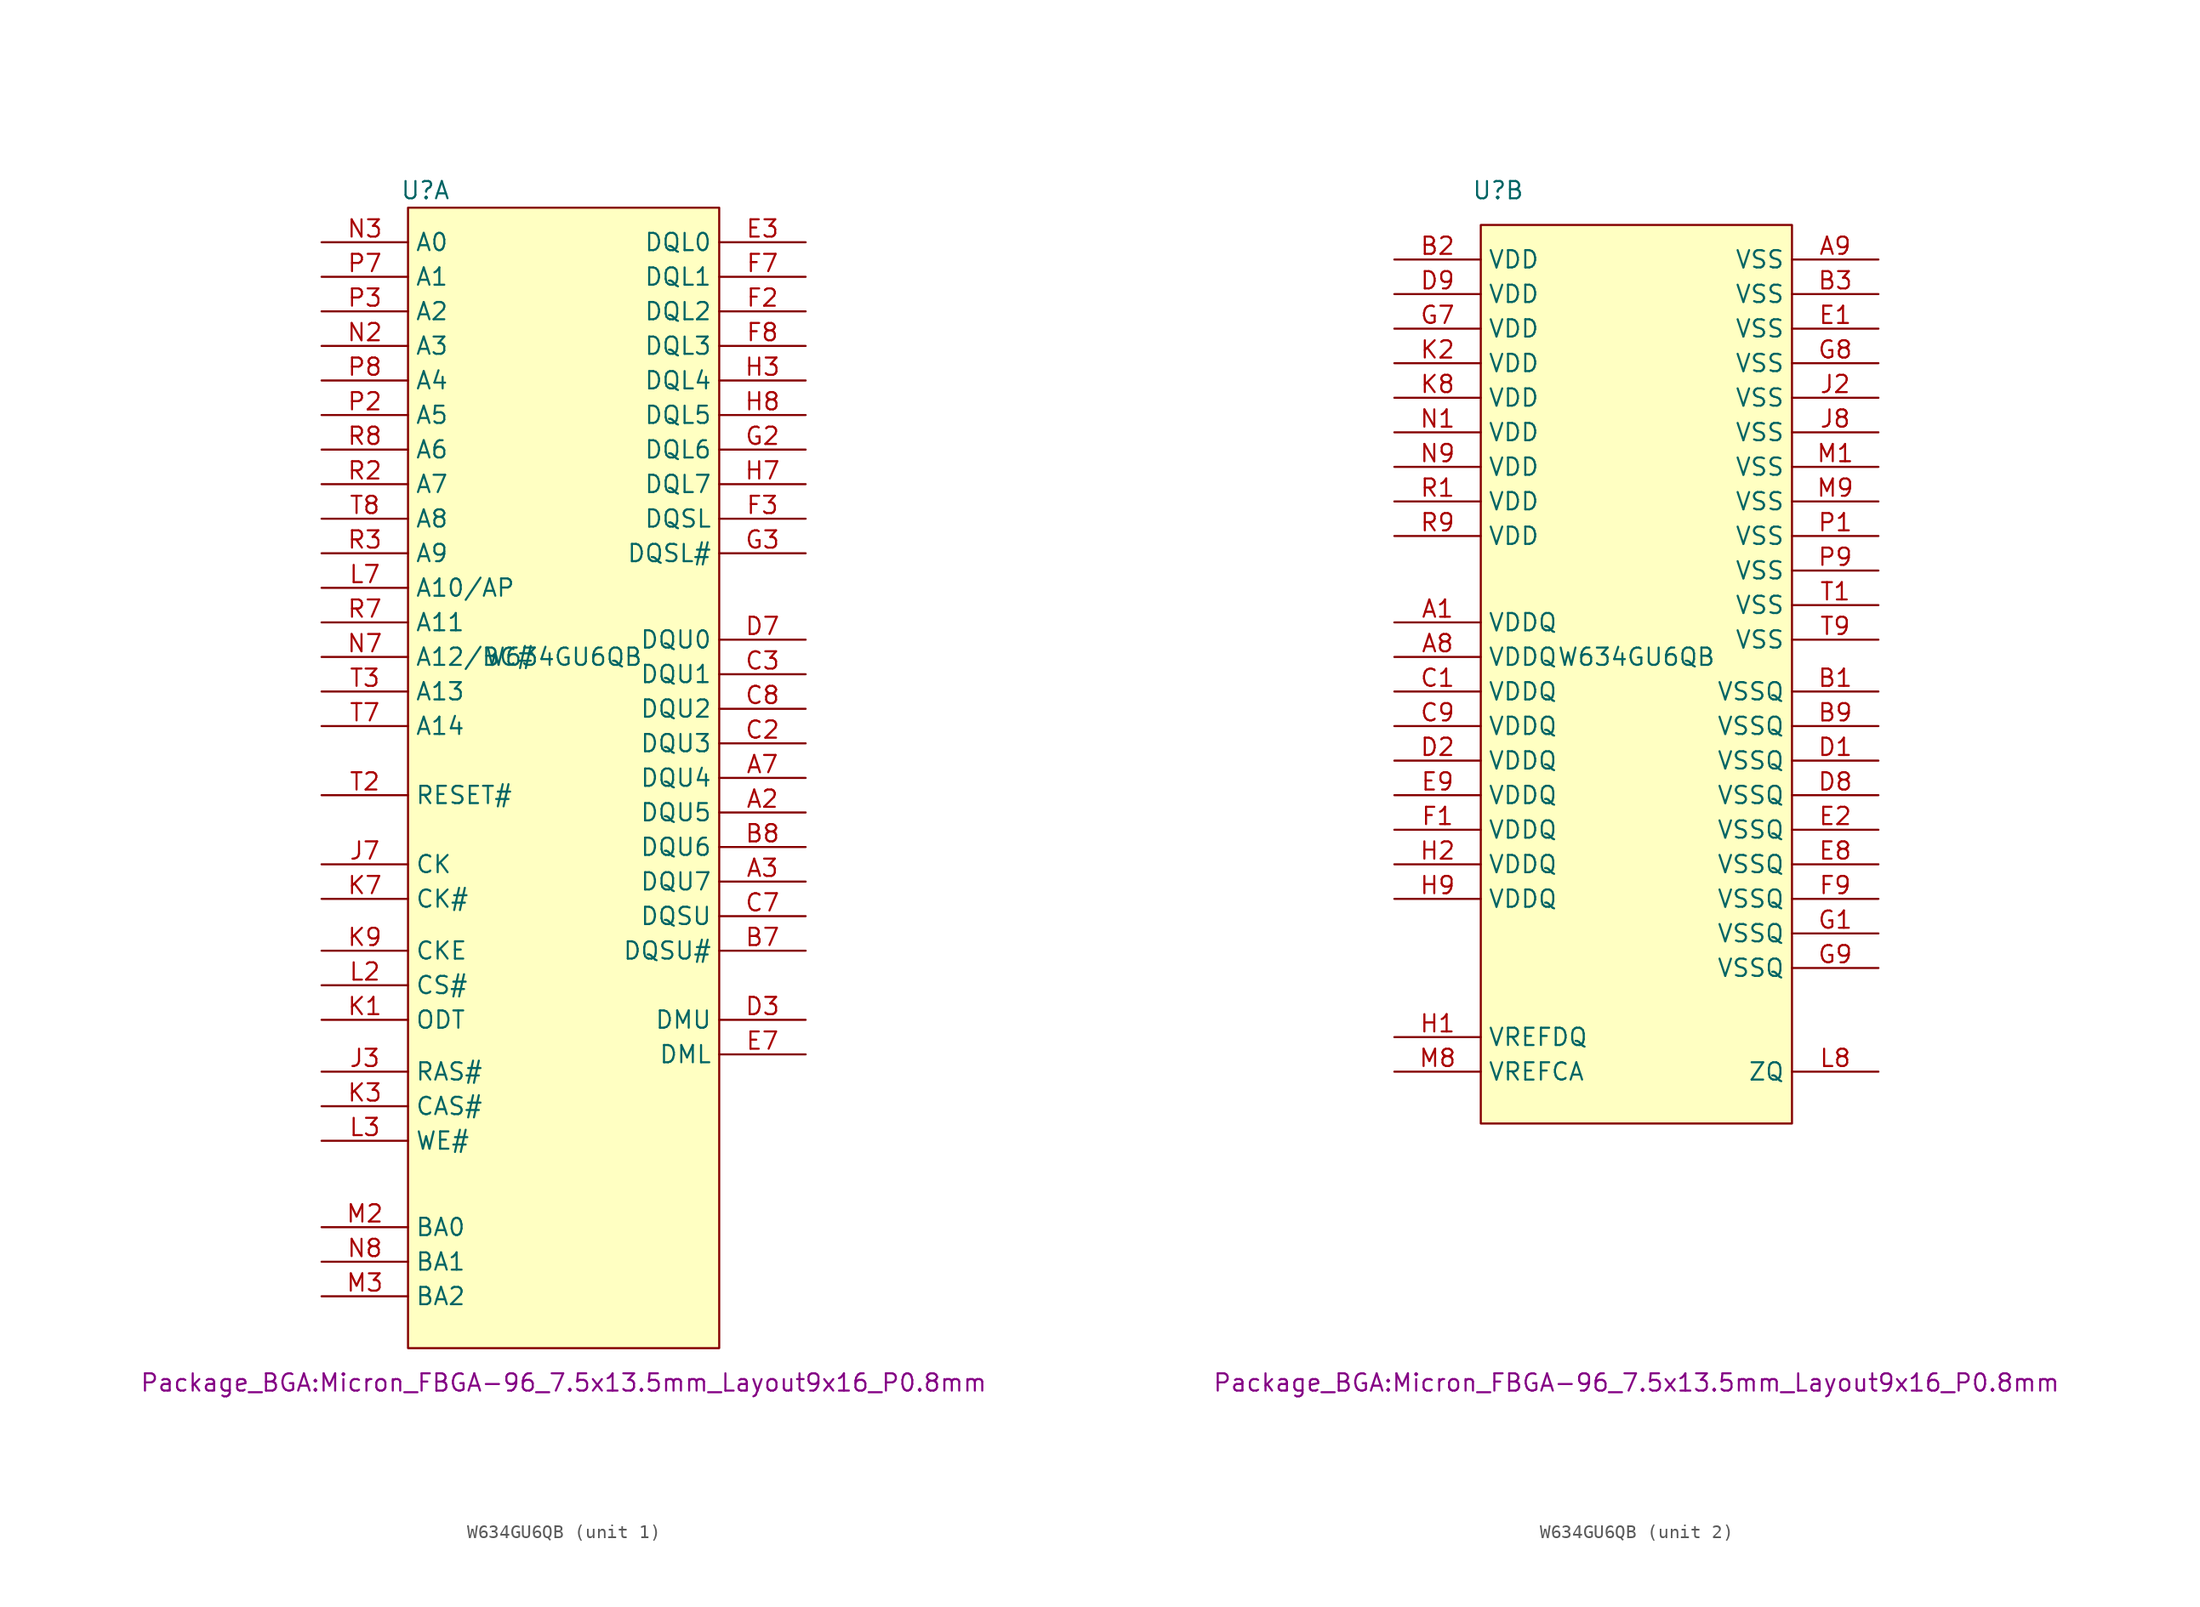
<source format=kicad_sym>
(kicad_symbol_lib
  (version 20220914)
  (generator kicad_symbol_editor)
  (symbol "W634GU6QB"
    (property "Reference" "U"
      (at -10.16 15.24 0)
      (effects (font (size 1.27 1.27))))
    (property "Value" "W634GU6QB"
      (at 0 -19.05 0)
      (effects (font (size 1.27 1.27))))
    (property "Footprint" "Package_BGA:Micron_FBGA-96_7.5x13.5mm_Layout9x16_P0.8mm"
      (at 0 -72.39 0)
      (effects (font (size 1.27 1.27))))
    (property "ki_locked" ""
      (at 0 0 0)
      (effects (font (size 1.27 1.27))))
    (symbol "W634GU6QB_1_1"
      (rectangle (start -11.43 13.97) (end 11.43 -69.85) (stroke (width 0) (type default)) (fill (type background)))
      (pin bidirectional line (at 17.78 -30.48 180) (length 6.35) (name "DQU5" (effects (font (size 1.27 1.27)))) (number "A2" (effects (font (size 1.27 1.27)))))
      (pin bidirectional line (at 17.78 -35.56 180) (length 6.35) (name "DQU7" (effects (font (size 1.27 1.27)))) (number "A3" (effects (font (size 1.27 1.27)))))
      (pin bidirectional line (at 17.78 -27.94 180) (length 6.35) (name "DQU4" (effects (font (size 1.27 1.27)))) (number "A7" (effects (font (size 1.27 1.27)))))
      (pin bidirectional line (at 17.78 -40.64 180) (length 6.35) (name "DQSU#" (effects (font (size 1.27 1.27)))) (number "B7" (effects (font (size 1.27 1.27)))))
      (pin bidirectional line (at 17.78 -33.02 180) (length 6.35) (name "DQU6" (effects (font (size 1.27 1.27)))) (number "B8" (effects (font (size 1.27 1.27)))))
      (pin bidirectional line (at 17.78 -25.4 180) (length 6.35) (name "DQU3" (effects (font (size 1.27 1.27)))) (number "C2" (effects (font (size 1.27 1.27)))))
      (pin bidirectional line (at 17.78 -20.32 180) (length 6.35) (name "DQU1" (effects (font (size 1.27 1.27)))) (number "C3" (effects (font (size 1.27 1.27)))))
      (pin bidirectional line (at 17.78 -38.1 180) (length 6.35) (name "DQSU" (effects (font (size 1.27 1.27)))) (number "C7" (effects (font (size 1.27 1.27)))))
      (pin bidirectional line (at 17.78 -22.86 180) (length 6.35) (name "DQU2" (effects (font (size 1.27 1.27)))) (number "C8" (effects (font (size 1.27 1.27)))))
      (pin input line (at 17.78 -45.72 180) (length 6.35) (name "DMU" (effects (font (size 1.27 1.27)))) (number "D3" (effects (font (size 1.27 1.27)))))
      (pin bidirectional line (at 17.78 -17.78 180) (length 6.35) (name "DQU0" (effects (font (size 1.27 1.27)))) (number "D7" (effects (font (size 1.27 1.27)))))
      (pin bidirectional line (at 17.78 11.43 180) (length 6.35) (name "DQL0" (effects (font (size 1.27 1.27)))) (number "E3" (effects (font (size 1.27 1.27)))))
      (pin input line (at 17.78 -48.26 180) (length 6.35) (name "DML" (effects (font (size 1.27 1.27)))) (number "E7" (effects (font (size 1.27 1.27)))))
      (pin bidirectional line (at 17.78 6.35 180) (length 6.35) (name "DQL2" (effects (font (size 1.27 1.27)))) (number "F2" (effects (font (size 1.27 1.27)))))
      (pin bidirectional line (at 17.78 -8.89 180) (length 6.35) (name "DQSL" (effects (font (size 1.27 1.27)))) (number "F3" (effects (font (size 1.27 1.27)))))
      (pin bidirectional line (at 17.78 8.89 180) (length 6.35) (name "DQL1" (effects (font (size 1.27 1.27)))) (number "F7" (effects (font (size 1.27 1.27)))))
      (pin bidirectional line (at 17.78 3.81 180) (length 6.35) (name "DQL3" (effects (font (size 1.27 1.27)))) (number "F8" (effects (font (size 1.27 1.27)))))
      (pin bidirectional line (at 17.78 -3.81 180) (length 6.35) (name "DQL6" (effects (font (size 1.27 1.27)))) (number "G2" (effects (font (size 1.27 1.27)))))
      (pin bidirectional line (at 17.78 -11.43 180) (length 6.35) (name "DQSL#" (effects (font (size 1.27 1.27)))) (number "G3" (effects (font (size 1.27 1.27)))))
      (pin bidirectional line (at 17.78 1.27 180) (length 6.35) (name "DQL4" (effects (font (size 1.27 1.27)))) (number "H3" (effects (font (size 1.27 1.27)))))
      (pin bidirectional line (at 17.78 -6.35 180) (length 6.35) (name "DQL7" (effects (font (size 1.27 1.27)))) (number "H7" (effects (font (size 1.27 1.27)))))
      (pin bidirectional line (at 17.78 -1.27 180) (length 6.35) (name "DQL5" (effects (font (size 1.27 1.27)))) (number "H8" (effects (font (size 1.27 1.27)))))
      (pin input line (at -17.78 -49.53 0) (length 6.35) (name "RAS#" (effects (font (size 1.27 1.27)))) (number "J3" (effects (font (size 1.27 1.27)))))
      (pin input line (at -17.78 -34.29 0) (length 6.35) (name "CK" (effects (font (size 1.27 1.27)))) (number "J7" (effects (font (size 1.27 1.27)))))
      (pin input line (at -17.78 -45.72 0) (length 6.35) (name "ODT" (effects (font (size 1.27 1.27)))) (number "K1" (effects (font (size 1.27 1.27)))))
      (pin input line (at -17.78 -52.07 0) (length 6.35) (name "CAS#" (effects (font (size 1.27 1.27)))) (number "K3" (effects (font (size 1.27 1.27)))))
      (pin input line (at -17.78 -36.83 0) (length 6.35) (name "CK#" (effects (font (size 1.27 1.27)))) (number "K7" (effects (font (size 1.27 1.27)))))
      (pin input line (at -17.78 -40.64 0) (length 6.35) (name "CKE" (effects (font (size 1.27 1.27)))) (number "K9" (effects (font (size 1.27 1.27)))))
      (pin input line (at -17.78 -43.18 0) (length 6.35) (name "CS#" (effects (font (size 1.27 1.27)))) (number "L2" (effects (font (size 1.27 1.27)))))
      (pin input line (at -17.78 -54.61 0) (length 6.35) (name "WE#" (effects (font (size 1.27 1.27)))) (number "L3" (effects (font (size 1.27 1.27)))))
      (pin input line (at -17.78 -13.97 0) (length 6.35) (name "A10/AP" (effects (font (size 1.27 1.27)))) (number "L7" (effects (font (size 1.27 1.27)))))
      (pin input line (at -17.78 -60.96 0) (length 6.35) (name "BA0" (effects (font (size 1.27 1.27)))) (number "M2" (effects (font (size 1.27 1.27)))))
      (pin input line (at -17.78 -66.04 0) (length 6.35) (name "BA2" (effects (font (size 1.27 1.27)))) (number "M3" (effects (font (size 1.27 1.27)))))
      (pin input line (at -17.78 3.81 0) (length 6.35) (name "A3" (effects (font (size 1.27 1.27)))) (number "N2" (effects (font (size 1.27 1.27)))))
      (pin input line (at -17.78 11.43 0) (length 6.35) (name "A0" (effects (font (size 1.27 1.27)))) (number "N3" (effects (font (size 1.27 1.27)))))
      (pin input line (at -17.78 -19.05 0) (length 6.35) (name "A12/BC#" (effects (font (size 1.27 1.27)))) (number "N7" (effects (font (size 1.27 1.27)))))
      (pin input line (at -17.78 -63.5 0) (length 6.35) (name "BA1" (effects (font (size 1.27 1.27)))) (number "N8" (effects (font (size 1.27 1.27)))))
      (pin input line (at -17.78 -1.27 0) (length 6.35) (name "A5" (effects (font (size 1.27 1.27)))) (number "P2" (effects (font (size 1.27 1.27)))))
      (pin input line (at -17.78 6.35 0) (length 6.35) (name "A2" (effects (font (size 1.27 1.27)))) (number "P3" (effects (font (size 1.27 1.27)))))
      (pin input line (at -17.78 8.89 0) (length 6.35) (name "A1" (effects (font (size 1.27 1.27)))) (number "P7" (effects (font (size 1.27 1.27)))))
      (pin input line (at -17.78 1.27 0) (length 6.35) (name "A4" (effects (font (size 1.27 1.27)))) (number "P8" (effects (font (size 1.27 1.27)))))
      (pin input line (at -17.78 -6.35 0) (length 6.35) (name "A7" (effects (font (size 1.27 1.27)))) (number "R2" (effects (font (size 1.27 1.27)))))
      (pin input line (at -17.78 -11.43 0) (length 6.35) (name "A9" (effects (font (size 1.27 1.27)))) (number "R3" (effects (font (size 1.27 1.27)))))
      (pin input line (at -17.78 -16.51 0) (length 6.35) (name "A11" (effects (font (size 1.27 1.27)))) (number "R7" (effects (font (size 1.27 1.27)))))
      (pin input line (at -17.78 -3.81 0) (length 6.35) (name "A6" (effects (font (size 1.27 1.27)))) (number "R8" (effects (font (size 1.27 1.27)))))
      (pin input line (at -17.78 -29.21 0) (length 6.35) (name "RESET#" (effects (font (size 1.27 1.27)))) (number "T2" (effects (font (size 1.27 1.27)))))
      (pin input line (at -17.78 -21.59 0) (length 6.35) (name "A13" (effects (font (size 1.27 1.27)))) (number "T3" (effects (font (size 1.27 1.27)))))
      (pin input line (at -17.78 -24.13 0) (length 6.35) (name "A14" (effects (font (size 1.27 1.27)))) (number "T7" (effects (font (size 1.27 1.27)))))
      (pin input line (at -17.78 -8.89 0) (length 6.35) (name "A8" (effects (font (size 1.27 1.27)))) (number "T8" (effects (font (size 1.27 1.27))))))
    (symbol "W634GU6QB_2_1"
      (rectangle (start -11.43 12.7) (end 11.43 -53.34) (stroke (width 0) (type default)) (fill (type background)))
      (pin power_in line (at -17.78 -16.51 0) (length 6.35) (name "VDDQ" (effects (font (size 1.27 1.27)))) (number "A1" (effects (font (size 1.27 1.27)))))
      (pin power_in line (at -17.78 -19.05 0) (length 6.35) (name "VDDQ" (effects (font (size 1.27 1.27)))) (number "A8" (effects (font (size 1.27 1.27)))))
      (pin power_in line (at 17.78 10.16 180) (length 6.35) (name "VSS" (effects (font (size 1.27 1.27)))) (number "A9" (effects (font (size 1.27 1.27)))))
      (pin power_in line (at 17.78 -21.59 180) (length 6.35) (name "VSSQ" (effects (font (size 1.27 1.27)))) (number "B1" (effects (font (size 1.27 1.27)))))
      (pin power_in line (at -17.78 10.16 0) (length 6.35) (name "VDD" (effects (font (size 1.27 1.27)))) (number "B2" (effects (font (size 1.27 1.27)))))
      (pin power_in line (at 17.78 7.62 180) (length 6.35) (name "VSS" (effects (font (size 1.27 1.27)))) (number "B3" (effects (font (size 1.27 1.27)))))
      (pin power_in line (at 17.78 -24.13 180) (length 6.35) (name "VSSQ" (effects (font (size 1.27 1.27)))) (number "B9" (effects (font (size 1.27 1.27)))))
      (pin power_in line (at -17.78 -21.59 0) (length 6.35) (name "VDDQ" (effects (font (size 1.27 1.27)))) (number "C1" (effects (font (size 1.27 1.27)))))
      (pin power_in line (at -17.78 -24.13 0) (length 6.35) (name "VDDQ" (effects (font (size 1.27 1.27)))) (number "C9" (effects (font (size 1.27 1.27)))))
      (pin power_in line (at 17.78 -26.67 180) (length 6.35) (name "VSSQ" (effects (font (size 1.27 1.27)))) (number "D1" (effects (font (size 1.27 1.27)))))
      (pin power_in line (at -17.78 -26.67 0) (length 6.35) (name "VDDQ" (effects (font (size 1.27 1.27)))) (number "D2" (effects (font (size 1.27 1.27)))))
      (pin power_in line (at 17.78 -29.21 180) (length 6.35) (name "VSSQ" (effects (font (size 1.27 1.27)))) (number "D8" (effects (font (size 1.27 1.27)))))
      (pin power_in line (at -17.78 7.62 0) (length 6.35) (name "VDD" (effects (font (size 1.27 1.27)))) (number "D9" (effects (font (size 1.27 1.27)))))
      (pin power_in line (at 17.78 5.08 180) (length 6.35) (name "VSS" (effects (font (size 1.27 1.27)))) (number "E1" (effects (font (size 1.27 1.27)))))
      (pin power_in line (at 17.78 -31.75 180) (length 6.35) (name "VSSQ" (effects (font (size 1.27 1.27)))) (number "E2" (effects (font (size 1.27 1.27)))))
      (pin power_in line (at 17.78 -34.29 180) (length 6.35) (name "VSSQ" (effects (font (size 1.27 1.27)))) (number "E8" (effects (font (size 1.27 1.27)))))
      (pin power_in line (at -17.78 -29.21 0) (length 6.35) (name "VDDQ" (effects (font (size 1.27 1.27)))) (number "E9" (effects (font (size 1.27 1.27)))))
      (pin power_in line (at -17.78 -31.75 0) (length 6.35) (name "VDDQ" (effects (font (size 1.27 1.27)))) (number "F1" (effects (font (size 1.27 1.27)))))
      (pin power_in line (at 17.78 -36.83 180) (length 6.35) (name "VSSQ" (effects (font (size 1.27 1.27)))) (number "F9" (effects (font (size 1.27 1.27)))))
      (pin power_in line (at 17.78 -39.37 180) (length 6.35) (name "VSSQ" (effects (font (size 1.27 1.27)))) (number "G1" (effects (font (size 1.27 1.27)))))
      (pin power_in line (at -17.78 5.08 0) (length 6.35) (name "VDD" (effects (font (size 1.27 1.27)))) (number "G7" (effects (font (size 1.27 1.27)))))
      (pin power_in line (at 17.78 2.54 180) (length 6.35) (name "VSS" (effects (font (size 1.27 1.27)))) (number "G8" (effects (font (size 1.27 1.27)))))
      (pin power_in line (at 17.78 -41.91 180) (length 6.35) (name "VSSQ" (effects (font (size 1.27 1.27)))) (number "G9" (effects (font (size 1.27 1.27)))))
      (pin power_in line (at -17.78 -46.99 0) (length 6.35) (name "VREFDQ" (effects (font (size 1.27 1.27)))) (number "H1" (effects (font (size 1.27 1.27)))))
      (pin power_in line (at -17.78 -34.29 0) (length 6.35) (name "VDDQ" (effects (font (size 1.27 1.27)))) (number "H2" (effects (font (size 1.27 1.27)))))
      (pin power_in line (at -17.78 -36.83 0) (length 6.35) (name "VDDQ" (effects (font (size 1.27 1.27)))) (number "H9" (effects (font (size 1.27 1.27)))))
      (pin no_connect line (at -5.08 -59.69 90) (length 6.35) hide (name "NC" (effects (font (size 1.27 1.27)))) (number "J1" (effects (font (size 1.27 1.27)))))
      (pin power_in line (at 17.78 0 180) (length 6.35) (name "VSS" (effects (font (size 1.27 1.27)))) (number "J2" (effects (font (size 1.27 1.27)))))
      (pin power_in line (at 17.78 -2.54 180) (length 6.35) (name "VSS" (effects (font (size 1.27 1.27)))) (number "J8" (effects (font (size 1.27 1.27)))))
      (pin no_connect line (at -2.54 -59.69 90) (length 6.35) hide (name "NC" (effects (font (size 1.27 1.27)))) (number "J9" (effects (font (size 1.27 1.27)))))
      (pin power_in line (at -17.78 2.54 0) (length 6.35) (name "VDD" (effects (font (size 1.27 1.27)))) (number "K2" (effects (font (size 1.27 1.27)))))
      (pin power_in line (at -17.78 0 0) (length 6.35) (name "VDD" (effects (font (size 1.27 1.27)))) (number "K8" (effects (font (size 1.27 1.27)))))
      (pin no_connect line (at 0 -59.69 90) (length 6.35) hide (name "NC" (effects (font (size 1.27 1.27)))) (number "L1" (effects (font (size 1.27 1.27)))))
      (pin power_in line (at 17.78 -49.53 180) (length 6.35) (name "ZQ" (effects (font (size 1.27 1.27)))) (number "L8" (effects (font (size 1.27 1.27)))))
      (pin no_connect line (at 2.54 -59.69 90) (length 6.35) hide (name "NC" (effects (font (size 1.27 1.27)))) (number "L9" (effects (font (size 1.27 1.27)))))
      (pin power_in line (at 17.78 -5.08 180) (length 6.35) (name "VSS" (effects (font (size 1.27 1.27)))) (number "M1" (effects (font (size 1.27 1.27)))))
      (pin no_connect line (at 5.08 -59.69 90) (length 6.35) hide (name "NC" (effects (font (size 1.27 1.27)))) (number "M7" (effects (font (size 1.27 1.27)))))
      (pin power_in line (at -17.78 -49.53 0) (length 6.35) (name "VREFCA" (effects (font (size 1.27 1.27)))) (number "M8" (effects (font (size 1.27 1.27)))))
      (pin power_in line (at 17.78 -7.62 180) (length 6.35) (name "VSS" (effects (font (size 1.27 1.27)))) (number "M9" (effects (font (size 1.27 1.27)))))
      (pin power_in line (at -17.78 -2.54 0) (length 6.35) (name "VDD" (effects (font (size 1.27 1.27)))) (number "N1" (effects (font (size 1.27 1.27)))))
      (pin power_in line (at -17.78 -5.08 0) (length 6.35) (name "VDD" (effects (font (size 1.27 1.27)))) (number "N9" (effects (font (size 1.27 1.27)))))
      (pin power_in line (at 17.78 -10.16 180) (length 6.35) (name "VSS" (effects (font (size 1.27 1.27)))) (number "P1" (effects (font (size 1.27 1.27)))))
      (pin power_in line (at 17.78 -12.7 180) (length 6.35) (name "VSS" (effects (font (size 1.27 1.27)))) (number "P9" (effects (font (size 1.27 1.27)))))
      (pin power_in line (at -17.78 -7.62 0) (length 6.35) (name "VDD" (effects (font (size 1.27 1.27)))) (number "R1" (effects (font (size 1.27 1.27)))))
      (pin power_in line (at -17.78 -10.16 0) (length 6.35) (name "VDD" (effects (font (size 1.27 1.27)))) (number "R9" (effects (font (size 1.27 1.27)))))
      (pin power_in line (at 17.78 -15.24 180) (length 6.35) (name "VSS" (effects (font (size 1.27 1.27)))) (number "T1" (effects (font (size 1.27 1.27)))))
      (pin power_in line (at 17.78 -17.78 180) (length 6.35) (name "VSS" (effects (font (size 1.27 1.27)))) (number "T9" (effects (font (size 1.27 1.27))))))))
</source>
